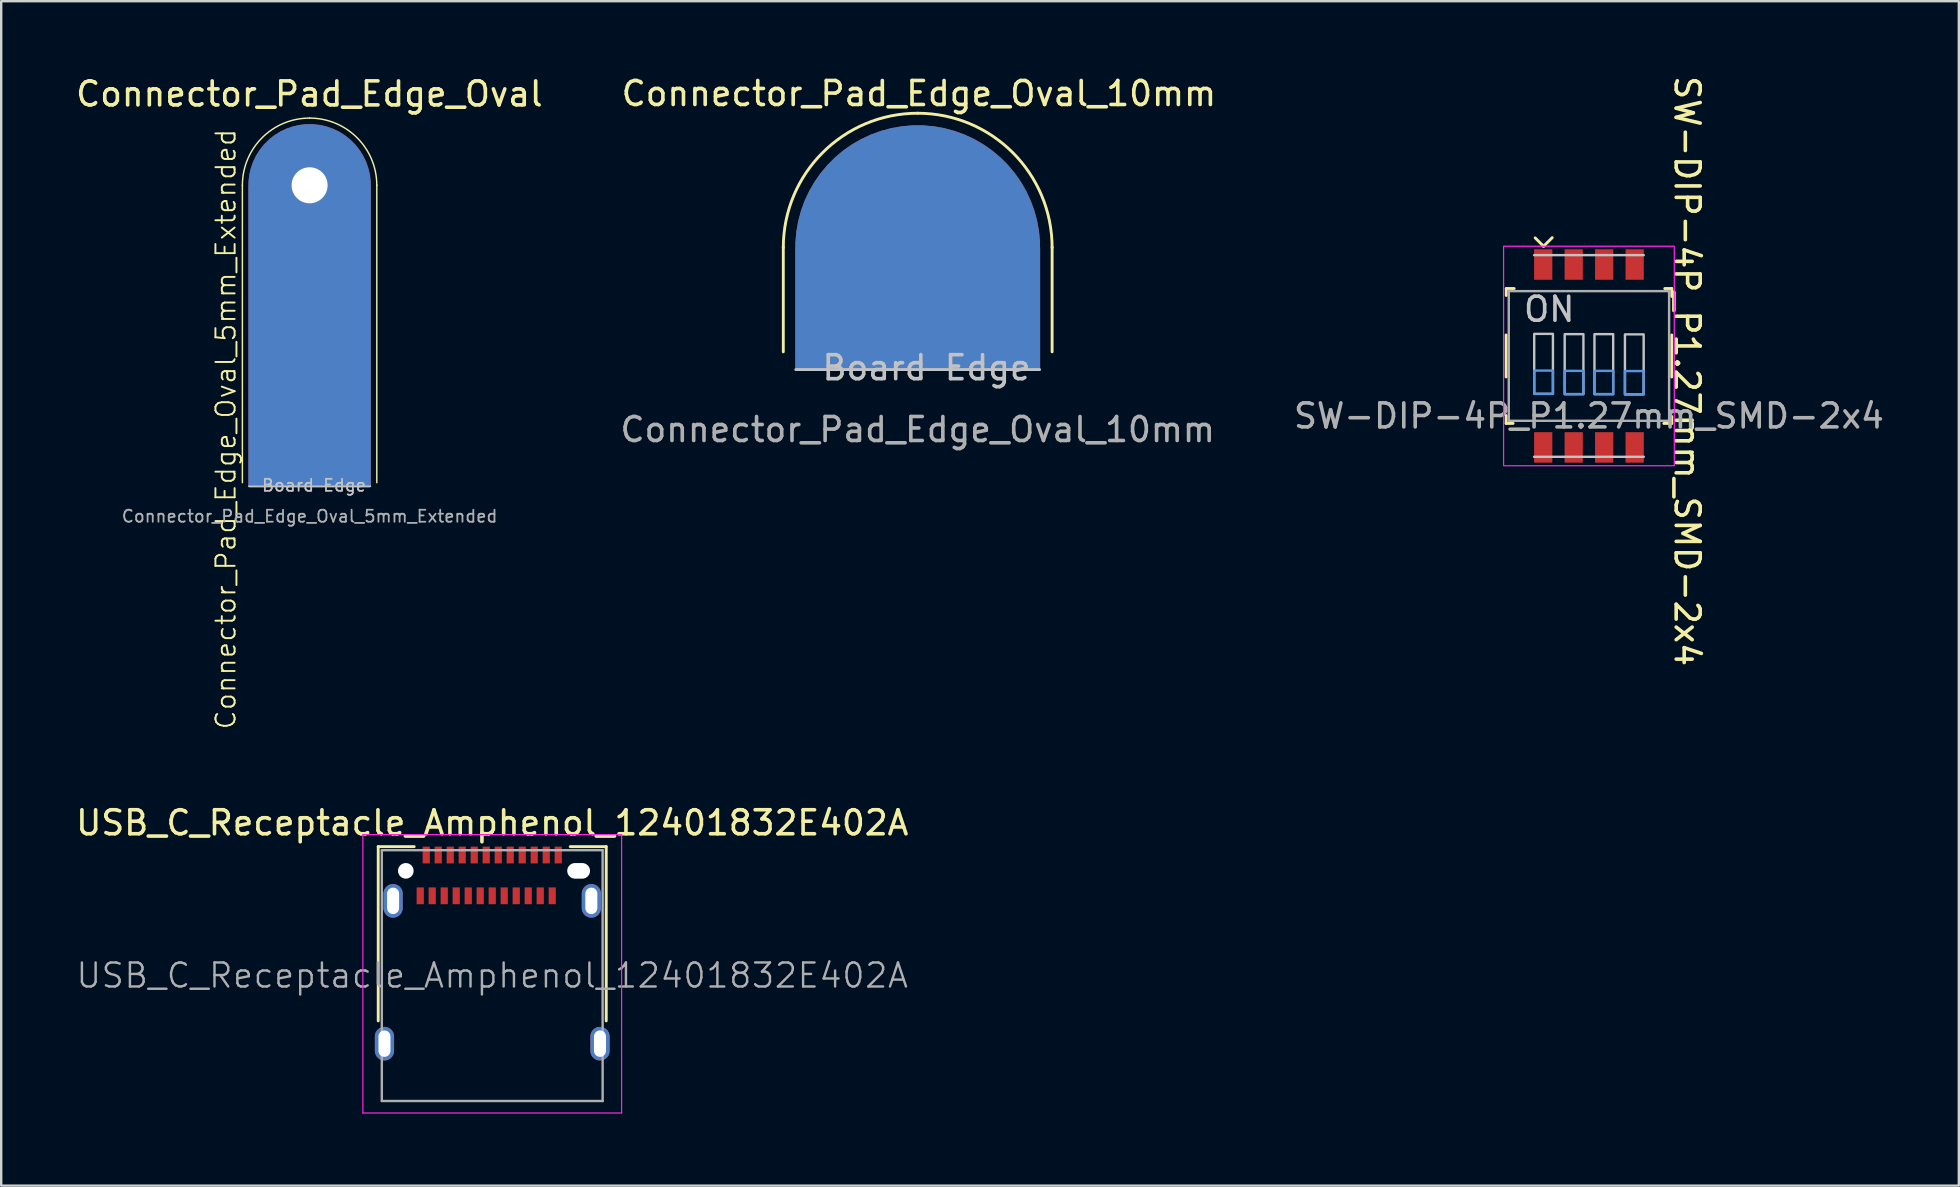
<source format=kicad_pcb>
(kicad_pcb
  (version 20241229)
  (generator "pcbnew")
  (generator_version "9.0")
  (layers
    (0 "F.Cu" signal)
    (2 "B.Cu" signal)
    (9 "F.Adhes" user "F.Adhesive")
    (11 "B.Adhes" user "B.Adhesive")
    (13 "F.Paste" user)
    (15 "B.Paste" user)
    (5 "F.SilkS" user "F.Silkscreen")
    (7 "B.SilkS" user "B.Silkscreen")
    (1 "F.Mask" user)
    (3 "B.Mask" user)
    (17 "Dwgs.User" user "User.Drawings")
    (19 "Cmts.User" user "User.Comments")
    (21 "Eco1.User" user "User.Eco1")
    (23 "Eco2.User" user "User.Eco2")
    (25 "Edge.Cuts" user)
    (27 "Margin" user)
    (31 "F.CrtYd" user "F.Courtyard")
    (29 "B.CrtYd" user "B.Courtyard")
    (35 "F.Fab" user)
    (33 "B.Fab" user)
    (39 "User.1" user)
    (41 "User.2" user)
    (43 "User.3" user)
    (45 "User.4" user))
  (footprint "Connector_Pad_Edge_Oval_5mm_Extended"
    (layer "F.Cu")
    (at 9.849 17.21)
    (property "Reference" "Connector_Pad_Edge_Oval_5mm_Extended" (at -3.49 -2.38 90) (unlocked yes) (layer "F.SilkS") (effects (font (size 0.8 0.8) (thickness 0.08))))
    (property "Value" "Connector_Pad_Edge_Oval" (at 0 0.5 0) (unlocked yes) (layer "F.Fab") (hide yes) (effects (font (size 0.5 0.5) (thickness 0.075))))
    (attr smd)
    (fp_line (start -2.8 -12.55) (end -2.8 -0.15) (stroke (width 0.06) (type default)) (layer "F.SilkS"))
    (fp_line (start 2.8 -12.55) (end 2.8 -0.15) (stroke (width 0.06) (type default)) (layer "F.SilkS"))
    (fp_arc (start -2.8 -12.54) (mid -1.979899 -14.519899) (end 0 -15.34) (stroke (width 0.06) (type default)) (layer "F.SilkS"))
    (fp_arc (start 0 -15.34) (mid 1.979899 -14.519899) (end 2.8 -12.54) (stroke (width 0.06) (type default)) (layer "F.SilkS"))
    (fp_line (start -2.54 0) (end 2.54 0) (stroke (width 0.06) (type default)) (layer "Dwgs.User"))
    (fp_text user "${VALUE}" (at -0.01 -15.76 0) (unlocked yes) (layer "F.SilkS") (effects (font (size 1 1) (thickness 0.15)) (justify bottom)))
    (fp_text user "Board Edge" (at -2.032 0.254 0) (unlocked yes) (layer "Dwgs.User") (effects (font (size 0.5 0.5) (thickness 0.075)) (justify left bottom)))
    (fp_text user "${REFERENCE}" (at 0 1.25 0) (unlocked yes) (layer "F.Fab") (effects (font (size 0.5 0.5) (thickness 0.075))))
    (pad "1" smd circle (at 0 -14.22) (size 1 1) (layers "F.Cu" "F.Mask"))
    (pad "1" smd circle (at 0 -14.22) (size 1 1) (layers "B.Cu" "B.Mask"))
    (pad "1" thru_hole circle (at 0 -12.54) (size 1.8 1.8) (drill 1.5) (layers "*.Cu" "*.Mask"))
    (pad "1" connect custom (at 0 -12.54) (size 5.1 5.1) (layers "F.Cu" "F.Mask") (options (anchor circle)) (primitives (gr_poly (pts (xy -2.5 12.54) (xy 2.5 12.54) (xy 2.5 0) (xy -2.5 0)) (width 0.1) (fill yes))))
    (pad "1" connect custom (at 0 -12.54) (size 5.1 5.1) (layers "B.Cu" "B.Mask") (options (anchor circle)) (primitives (gr_poly (pts (xy -2.5 12.54) (xy 2.5 12.54) (xy 2.5 0) (xy -2.5 0)) (width 0.1) (fill yes)))))
  (footprint "USB_C_Receptacle_Amphenol_12401832E402A"
    (layer "F.Cu")
    (at 17.458 37.593)
    (property "Reference" "USB_C_Receptacle_Amphenol_12401832E402A" (at 0 -6.36 0) (layer "F.SilkS") (effects (font (size 1 1) (thickness 0.15))))
    (attr smd)
    (fp_line (start -4.75 -5.37) (end -4.75 1.89) (stroke (width 0.12) (type solid)) (layer "F.SilkS"))
    (fp_line (start -4.75 -5.37) (end -3.25 -5.37) (stroke (width 0.12) (type solid)) (layer "F.SilkS"))
    (fp_line (start 3.25 -5.37) (end 4.75 -5.37) (stroke (width 0.12) (type solid)) (layer "F.SilkS"))
    (fp_line (start 4.75 -5.37) (end 4.75 1.89) (stroke (width 0.12) (type solid)) (layer "F.SilkS"))
    (fp_line (start -5.39 -5.87) (end 5.39 -5.87) (stroke (width 0.05) (type solid)) (layer "F.CrtYd"))
    (fp_line (start -5.39 5.73) (end -5.39 -5.87) (stroke (width 0.05) (type solid)) (layer "F.CrtYd"))
    (fp_line (start 5.39 -5.87) (end 5.39 5.73) (stroke (width 0.05) (type solid)) (layer "F.CrtYd"))
    (fp_line (start 5.39 5.73) (end -5.39 5.73) (stroke (width 0.05) (type solid)) (layer "F.CrtYd"))
    (fp_line (start -4.6 -5.22) (end 4.6 -5.22) (stroke (width 0.1) (type solid)) (layer "F.Fab"))
    (fp_line (start -4.6 5.23) (end -4.6 -5.22) (stroke (width 0.1) (type solid)) (layer "F.Fab"))
    (fp_line (start -4.6 5.23) (end 4.6 5.23) (stroke (width 0.1) (type solid)) (layer "F.Fab"))
    (fp_line (start 4.6 5.23) (end 4.6 -5.22) (stroke (width 0.1) (type solid)) (layer "F.Fab"))
    (fp_text user "${REFERENCE}" (at 0 0 0) (layer "F.Fab") (effects (font (size 1 1) (thickness 0.1))))
    (pad "" np_thru_hole circle (at -3.6 -4.36) (size 0.65 0.65) (drill 0.65) (layers "*.Cu" "*.Mask"))
    (pad "" np_thru_hole oval (at 3.6 -4.36) (size 0.95 0.65) (drill oval 0.95 0.65) (layers "*.Cu" "*.Mask"))
    (pad "A1" smd rect (at -2.75 -5.02) (size 0.3 0.7) (layers "F.Cu" "F.Mask" "F.Paste"))
    (pad "A2" smd rect (at -2.25 -5.02) (size 0.3 0.7) (layers "F.Cu" "F.Mask" "F.Paste"))
    (pad "A3" smd rect (at -1.75 -5.02) (size 0.3 0.7) (layers "F.Cu" "F.Mask" "F.Paste"))
    (pad "A4" smd rect (at -1.25 -5.02) (size 0.3 0.7) (layers "F.Cu" "F.Mask" "F.Paste"))
    (pad "A5" smd rect (at -0.75 -5.02) (size 0.3 0.7) (layers "F.Cu" "F.Mask" "F.Paste"))
    (pad "A6" smd rect (at -0.25 -5.02) (size 0.3 0.7) (layers "F.Cu" "F.Mask" "F.Paste"))
    (pad "A7" smd rect (at 0.25 -5.02) (size 0.3 0.7) (layers "F.Cu" "F.Mask" "F.Paste"))
    (pad "A8" smd rect (at 0.75 -5.02) (size 0.3 0.7) (layers "F.Cu" "F.Mask" "F.Paste"))
    (pad "A9" smd rect (at 1.25 -5.02) (size 0.3 0.7) (layers "F.Cu" "F.Mask" "F.Paste"))
    (pad "A10" smd rect (at 1.75 -5.02) (size 0.3 0.7) (layers "F.Cu" "F.Mask" "F.Paste"))
    (pad "A11" smd rect (at 2.25 -5.02) (size 0.3 0.7) (layers "F.Cu" "F.Mask" "F.Paste"))
    (pad "A12" smd rect (at 2.75 -5.02) (size 0.3 0.7) (layers "F.Cu" "F.Mask" "F.Paste"))
    (pad "B1" smd rect (at 2.5 -3.32) (size 0.3 0.7) (layers "F.Cu" "F.Mask" "F.Paste"))
    (pad "B2" smd rect (at 2 -3.32) (size 0.3 0.7) (layers "F.Cu" "F.Mask" "F.Paste"))
    (pad "B3" smd rect (at 1.5 -3.32) (size 0.3 0.7) (layers "F.Cu" "F.Mask" "F.Paste"))
    (pad "B4" smd rect (at 1 -3.32) (size 0.3 0.7) (layers "F.Cu" "F.Mask" "F.Paste"))
    (pad "B5" smd rect (at 0.5 -3.32) (size 0.3 0.7) (layers "F.Cu" "F.Mask" "F.Paste"))
    (pad "B6" smd rect (at 0 -3.32) (size 0.3 0.7) (layers "F.Cu" "F.Mask" "F.Paste"))
    (pad "B7" smd rect (at -0.5 -3.32) (size 0.3 0.7) (layers "F.Cu" "F.Mask" "F.Paste"))
    (pad "B8" smd rect (at -1 -3.32) (size 0.3 0.7) (layers "F.Cu" "F.Mask" "F.Paste"))
    (pad "B9" smd rect (at -1.5 -3.32) (size 0.3 0.7) (layers "F.Cu" "F.Mask" "F.Paste"))
    (pad "B10" smd rect (at -2 -3.32) (size 0.3 0.7) (layers "F.Cu" "F.Mask" "F.Paste"))
    (pad "B11" smd rect (at -2.5 -3.32) (size 0.3 0.7) (layers "F.Cu" "F.Mask" "F.Paste"))
    (pad "B12" smd rect (at -3 -3.32) (size 0.3 0.7) (layers "F.Cu" "F.Mask" "F.Paste"))
    (pad "S1" thru_hole oval (at -4.13 -3.11) (size 0.8 1.4) (drill oval 0.5 1.1) (layers "*.Cu" "*.Mask"))
    (pad "S2" thru_hole oval (at -4.49 2.84) (size 0.8 1.4) (drill oval 0.5 1.1) (layers "*.Cu" "*.Mask"))
    (pad "S3" thru_hole oval (at 4.49 2.84) (size 0.8 1.4) (drill oval 0.5 1.1) (layers "*.Cu" "*.Mask"))
    (pad "S4" thru_hole oval (at 4.13 -3.11) (size 0.8 1.4) (drill oval 0.5 1.1) (layers "*.Cu" "*.Mask")))
  (footprint "SW-DIP-4P_P1.27mm_SMD-2x4"
    (layer "F.Cu")
    (at 63.151 11.781)
    (property "Reference" "SW-DIP-4P_P1.27mm_SMD-2x4" (at 4.09 0.63 270) (unlocked yes) (layer "F.SilkS") (effects (font (size 1 1) (thickness 0.15))))
    (attr smd)
    (fp_line (start -3.45 -0.875) (end -3.45 0.875) (stroke (width 0.12) (type default)) (layer "F.SilkS"))
    (fp_line (start -3.45 2.48) (end -3.45 2.81) (stroke (width 0.12) (type default)) (layer "F.SilkS"))
    (fp_line (start -3.45 2.81) (end -3.16 2.81) (stroke (width 0.12) (type default)) (layer "F.SilkS"))
    (fp_line (start -3.445 -2.81) (end -3.445 -2.52) (stroke (width 0.12) (type default)) (layer "F.SilkS"))
    (fp_line (start -3.115 -2.81) (end -3.445 -2.81) (stroke (width 0.12) (type default)) (layer "F.SilkS"))
    (fp_line (start -1.89 -4.57) (end -2.24 -4.92) (stroke (width 0.12) (type default)) (layer "F.SilkS"))
    (fp_line (start -1.89 -4.57) (end -1.53 -4.93) (stroke (width 0.12) (type default)) (layer "F.SilkS"))
    (fp_line (start 3.12 2.81) (end 3.45 2.81) (stroke (width 0.12) (type default)) (layer "F.SilkS"))
    (fp_line (start 3.45 -2.81) (end 3.16 -2.81) (stroke (width 0.12) (type default)) (layer "F.SilkS"))
    (fp_line (start 3.45 -2.48) (end 3.45 -2.81) (stroke (width 0.12) (type default)) (layer "F.SilkS"))
    (fp_line (start 3.45 -0.875) (end 3.45 0.875) (stroke (width 0.12) (type default)) (layer "F.SilkS"))
    (fp_line (start 3.45 2.81) (end 3.45 2.52) (stroke (width 0.12) (type default)) (layer "F.SilkS"))
    (fp_line (start -2.286 -4.2) (end 2.286 -4.2) (stroke (width 0.1) (type default)) (layer "Dwgs.User"))
    (fp_line (start -2.286 4.2) (end 2.286 4.2) (stroke (width 0.1) (type default)) (layer "Dwgs.User"))
    (fp_rect (start -2.28 -0.92) (end -1.5 1.58) (stroke (width 0.1) (type default)) (fill no) (layer "Dwgs.User"))
    (fp_rect (start -1.01 -0.91) (end -0.23 1.59) (stroke (width 0.1) (type default)) (fill no) (layer "Dwgs.User"))
    (fp_rect (start 0.23 -0.91) (end 1.01 1.59) (stroke (width 0.1) (type default)) (fill no) (layer "Dwgs.User"))
    (fp_rect (start 1.5 -0.9) (end 2.28 1.6) (stroke (width 0.1) (type default)) (fill no) (layer "Dwgs.User"))
    (fp_rect (start -2.28 0.61) (end -1.5 1.58) (stroke (width 0.1) (type solid)) (fill no) (layer "Cmts.User"))
    (fp_rect (start -1.01 0.62) (end -0.23 1.59) (stroke (width 0.1) (type solid)) (fill no) (layer "Cmts.User"))
    (fp_rect (start 0.23 0.62) (end 1.01 1.59) (stroke (width 0.1) (type solid)) (fill no) (layer "Cmts.User"))
    (fp_rect (start 1.5 0.63) (end 2.28 1.6) (stroke (width 0.1) (type solid)) (fill no) (layer "Cmts.User"))
    (fp_rect (start 3.556 -4.572) (end -3.556 4.572) (stroke (width 0.05) (type default)) (fill no) (layer "F.CrtYd"))
    (fp_line (start -3.34 -2.7) (end -3.34 2.7) (stroke (width 0.1) (type default)) (layer "F.Fab"))
    (fp_line (start -3.34 -2.7) (end 3.34 -2.7) (stroke (width 0.1) (type default)) (layer "F.Fab"))
    (fp_line (start 3.34 -2.7) (end 3.34 2.7) (stroke (width 0.1) (type default)) (layer "F.Fab"))
    (fp_line (start 3.34 2.7) (end -3.34 2.7) (stroke (width 0.1) (type default)) (layer "F.Fab"))
    (fp_text user "ON" (at -2.8 -1.36 0) (unlocked yes) (layer "Dwgs.User") (effects (font (size 1 1) (thickness 0.15)) (justify left bottom)))
    (fp_text user "${REFERENCE}" (at 0 2.5 0) (unlocked yes) (layer "F.Fab") (effects (font (size 1 1) (thickness 0.15))))
    (pad "1" smd rect (at -1.905 -3.81) (size 0.76 1.27) (layers "F.Cu" "F.Mask" "F.Paste"))
    (pad "2" smd rect (at -1.905 3.81) (size 0.76 1.27) (layers "F.Cu" "F.Mask" "F.Paste"))
    (pad "3" smd rect (at -0.635 -3.81) (size 0.76 1.27) (layers "F.Cu" "F.Mask" "F.Paste"))
    (pad "4" smd rect (at -0.635 3.81) (size 0.76 1.27) (layers "F.Cu" "F.Mask" "F.Paste"))
    (pad "5" smd rect (at 0.635 -3.81) (size 0.76 1.27) (layers "F.Cu" "F.Mask" "F.Paste"))
    (pad "6" smd rect (at 0.635 3.81) (size 0.76 1.27) (layers "F.Cu" "F.Mask" "F.Paste"))
    (pad "7" smd rect (at 1.905 -3.81) (size 0.76 1.27) (layers "F.Cu" "F.Mask" "F.Paste"))
    (pad "8" smd rect (at 1.905 3.81) (size 0.76 1.27) (layers "F.Cu" "F.Mask" "F.Paste")))
  (footprint "Connector_Pad_Edge_Oval_10mm"
    (layer "F.Cu")
    (at 35.185 12.348)
    (property "Reference" "Connector_Pad_Edge_Oval_10mm" (at 0.05 -11.5 0) (unlocked yes) (layer "F.SilkS") (effects (font (size 1 1) (thickness 0.15))))
    (attr smd)
    (fp_line (start -5.6 -5.1) (end -5.6 -0.74) (stroke (width 0.12) (type default)) (layer "F.SilkS"))
    (fp_line (start 5.6 -5.1) (end 5.6 -0.74) (stroke (width 0.12) (type default)) (layer "F.SilkS"))
    (fp_arc (start -5.6 -5.08) (mid -3.959798 -9.039798) (end 0 -10.68) (stroke (width 0.12) (type default)) (layer "F.SilkS"))
    (fp_arc (start 0 -10.68) (mid 3.959798 -9.039798) (end 5.6 -5.08) (stroke (width 0.12) (type default)) (layer "F.SilkS"))
    (fp_line (start -5.08 0) (end 5.08 0) (stroke (width 0.12) (type default)) (layer "Dwgs.User"))
    (fp_text user "Board Edge" (at -4.064 0.508 0) (unlocked yes) (layer "Dwgs.User") (effects (font (size 1 1) (thickness 0.15)) (justify left bottom)))
    (fp_text user "${REFERENCE}" (at 0 2.5 0) (unlocked yes) (layer "F.Fab") (effects (font (size 1 1) (thickness 0.15))))
    (pad "1" connect custom (at 0 -5.08) (size 10.2 10.2) (layers "F.Cu" "F.Mask") (options (anchor circle)) (primitives (gr_poly (pts (xy -5 0) (xy 5 0) (xy 5 5) (xy -5 5)) (width 0.2) (fill yes))))
    (pad "1" connect custom (at 0 -5.08) (size 10.2 10.2) (layers "B.Cu" "B.Mask") (options (anchor circle)) (primitives (gr_poly (pts (xy -5 0) (xy 5 0) (xy 5 5) (xy -5 5)) (width 0.2) (fill yes)))))
  (gr_rect
    (start -3 -3)
    (end 78.562 46.348)
    (stroke (width 0.1) (type default))
    (fill no)
    (layer "Edge.Cuts")))
</source>
